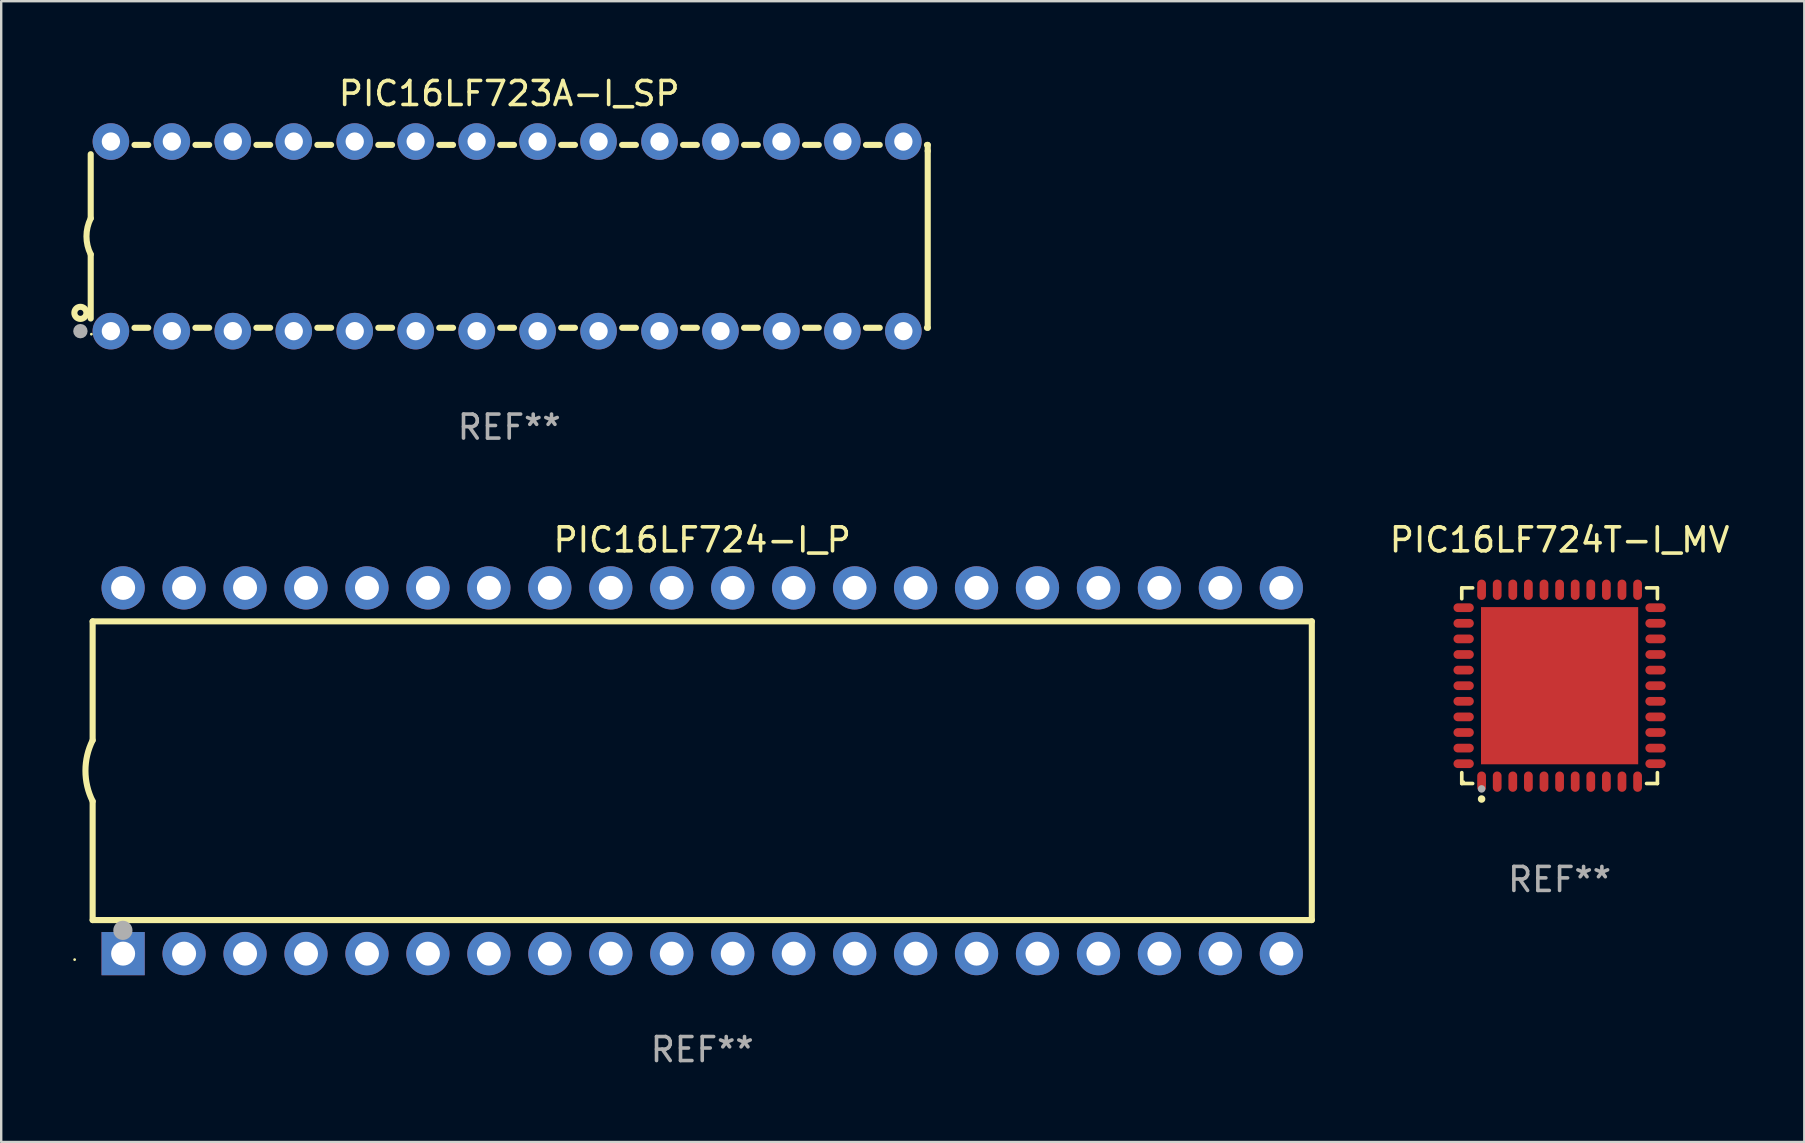
<source format=kicad_pcb>
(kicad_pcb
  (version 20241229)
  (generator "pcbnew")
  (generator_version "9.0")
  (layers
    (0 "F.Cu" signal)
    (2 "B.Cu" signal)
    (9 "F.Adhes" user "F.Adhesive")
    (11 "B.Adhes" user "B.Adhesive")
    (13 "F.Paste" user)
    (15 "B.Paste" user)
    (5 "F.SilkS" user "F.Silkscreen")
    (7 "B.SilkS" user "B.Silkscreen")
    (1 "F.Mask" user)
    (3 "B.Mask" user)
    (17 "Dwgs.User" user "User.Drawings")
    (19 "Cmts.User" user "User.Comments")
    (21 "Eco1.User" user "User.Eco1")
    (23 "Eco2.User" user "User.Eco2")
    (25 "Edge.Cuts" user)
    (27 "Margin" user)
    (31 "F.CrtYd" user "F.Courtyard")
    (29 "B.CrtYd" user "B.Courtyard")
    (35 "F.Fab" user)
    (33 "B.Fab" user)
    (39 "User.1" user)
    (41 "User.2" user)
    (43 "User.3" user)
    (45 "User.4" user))
  (footprint "PIC16LF724-I_P"
    (layer "F.Cu")
    (at 26.21 29.065)
    (property "Reference" "PIC16LF724-I_P" (at 0 -9.62 0) (layer "F.SilkS") (effects (font (size 1 1) (thickness 0.15))))
    (attr through_hole)
    (fp_line (start -25.4 -6.224) (end -25.4 -1.271) (stroke (width 0.254) (type solid)) (layer "F.SilkS"))
    (fp_line (start -25.4 -6.224) (end 25.4 -6.224) (stroke (width 0.254) (type solid)) (layer "F.SilkS"))
    (fp_line (start -25.4 1.269) (end -25.4 6.222) (stroke (width 0.254) (type solid)) (layer "F.SilkS"))
    (fp_line (start -25.4 6.222) (end 25.4 6.222) (stroke (width 0.254) (type solid)) (layer "F.SilkS"))
    (fp_line (start 25.4 6.222) (end 25.4 -6.224) (stroke (width 0.254) (type solid)) (layer "F.SilkS"))
    (fp_arc (start -25.4 1.269241) (mid -25.699807 -0.000762) (end -25.4 -1.270765) (stroke (width 0.254001) (type solid)) (layer "F.SilkS"))
    (fp_circle (center -26.15 7.87) (end -26.12 7.87) (stroke (width 0.06) (type solid)) (fill no) (layer "F.SilkS"))
    (fp_circle (center -24.14 6.65) (end -23.94 6.65) (stroke (width 0.4) (type solid)) (fill no) (layer "F.Fab"))
    (fp_text user "REF**" (at 0 11.62 0) (layer "F.Fab") (effects (font (size 1 1) (thickness 0.15))))
    (pad "1" thru_hole rect (at -24.13 7.62 90) (size 1.8 1.8) (drill 1) (layers "*.Cu" "*.Mask"))
    (pad "2" thru_hole circle (at -21.59 7.62) (size 1.8 1.8) (drill 1) (layers "*.Cu" "*.Mask"))
    (pad "3" thru_hole circle (at -19.05 7.62) (size 1.8 1.8) (drill 1) (layers "*.Cu" "*.Mask"))
    (pad "4" thru_hole circle (at -16.51 7.62) (size 1.8 1.8) (drill 1) (layers "*.Cu" "*.Mask"))
    (pad "5" thru_hole circle (at -13.97 7.62) (size 1.8 1.8) (drill 1) (layers "*.Cu" "*.Mask"))
    (pad "6" thru_hole circle (at -11.43 7.62) (size 1.8 1.8) (drill 1) (layers "*.Cu" "*.Mask"))
    (pad "7" thru_hole circle (at -8.89 7.62) (size 1.8 1.8) (drill 1) (layers "*.Cu" "*.Mask"))
    (pad "8" thru_hole circle (at -6.35 7.62) (size 1.8 1.8) (drill 1) (layers "*.Cu" "*.Mask"))
    (pad "9" thru_hole circle (at -3.81 7.62) (size 1.8 1.8) (drill 1) (layers "*.Cu" "*.Mask"))
    (pad "10" thru_hole circle (at -1.27 7.62) (size 1.8 1.8) (drill 1) (layers "*.Cu" "*.Mask"))
    (pad "11" thru_hole circle (at 1.27 7.62) (size 1.8 1.8) (drill 1) (layers "*.Cu" "*.Mask"))
    (pad "12" thru_hole circle (at 3.81 7.62) (size 1.8 1.8) (drill 1) (layers "*.Cu" "*.Mask"))
    (pad "13" thru_hole circle (at 6.35 7.62) (size 1.8 1.8) (drill 1) (layers "*.Cu" "*.Mask"))
    (pad "14" thru_hole circle (at 8.89 7.62) (size 1.8 1.8) (drill 1) (layers "*.Cu" "*.Mask"))
    (pad "15" thru_hole circle (at 11.43 7.62) (size 1.8 1.8) (drill 1) (layers "*.Cu" "*.Mask"))
    (pad "16" thru_hole circle (at 13.97 7.62) (size 1.8 1.8) (drill 1) (layers "*.Cu" "*.Mask"))
    (pad "17" thru_hole circle (at 16.51 7.62) (size 1.8 1.8) (drill 1) (layers "*.Cu" "*.Mask"))
    (pad "18" thru_hole circle (at 19.05 7.62) (size 1.8 1.8) (drill 1) (layers "*.Cu" "*.Mask"))
    (pad "19" thru_hole circle (at 21.59 7.62) (size 1.8 1.8) (drill 1) (layers "*.Cu" "*.Mask"))
    (pad "20" thru_hole circle (at 24.13 7.62) (size 1.8 1.8) (drill 1) (layers "*.Cu" "*.Mask"))
    (pad "21" thru_hole circle (at 24.13 -7.62) (size 1.8 1.8) (drill 1) (layers "*.Cu" "*.Mask"))
    (pad "22" thru_hole circle (at 21.59 -7.62) (size 1.8 1.8) (drill 1) (layers "*.Cu" "*.Mask"))
    (pad "23" thru_hole circle (at 19.05 -7.62) (size 1.8 1.8) (drill 1) (layers "*.Cu" "*.Mask"))
    (pad "24" thru_hole circle (at 16.51 -7.62) (size 1.8 1.8) (drill 1) (layers "*.Cu" "*.Mask"))
    (pad "25" thru_hole circle (at 13.97 -7.62) (size 1.8 1.8) (drill 1) (layers "*.Cu" "*.Mask"))
    (pad "26" thru_hole circle (at 11.43 -7.62) (size 1.8 1.8) (drill 1) (layers "*.Cu" "*.Mask"))
    (pad "27" thru_hole circle (at 8.89 -7.62) (size 1.8 1.8) (drill 1) (layers "*.Cu" "*.Mask"))
    (pad "28" thru_hole circle (at 6.35 -7.62) (size 1.8 1.8) (drill 1) (layers "*.Cu" "*.Mask"))
    (pad "29" thru_hole circle (at 3.81 -7.62) (size 1.8 1.8) (drill 1) (layers "*.Cu" "*.Mask"))
    (pad "30" thru_hole circle (at 1.27 -7.62) (size 1.8 1.8) (drill 1) (layers "*.Cu" "*.Mask"))
    (pad "31" thru_hole circle (at -1.27 -7.62) (size 1.8 1.8) (drill 1) (layers "*.Cu" "*.Mask"))
    (pad "32" thru_hole circle (at -3.81 -7.62) (size 1.8 1.8) (drill 1) (layers "*.Cu" "*.Mask"))
    (pad "33" thru_hole circle (at -6.35 -7.62) (size 1.8 1.8) (drill 1) (layers "*.Cu" "*.Mask"))
    (pad "34" thru_hole circle (at -8.89 -7.62) (size 1.8 1.8) (drill 1) (layers "*.Cu" "*.Mask"))
    (pad "35" thru_hole circle (at -11.43 -7.62) (size 1.8 1.8) (drill 1) (layers "*.Cu" "*.Mask"))
    (pad "36" thru_hole circle (at -13.97 -7.62) (size 1.8 1.8) (drill 1) (layers "*.Cu" "*.Mask"))
    (pad "37" thru_hole circle (at -16.51 -7.62) (size 1.8 1.8) (drill 1) (layers "*.Cu" "*.Mask"))
    (pad "38" thru_hole circle (at -19.05 -7.62) (size 1.8 1.8) (drill 1) (layers "*.Cu" "*.Mask"))
    (pad "39" thru_hole circle (at -21.59 -7.62) (size 1.8 1.8) (drill 1) (layers "*.Cu" "*.Mask"))
    (pad "40" thru_hole circle (at -24.13 -7.62) (size 1.8 1.8) (drill 1) (layers "*.Cu" "*.Mask")))
  (footprint "PIC16LF723A-I_SP"
    (layer "F.Cu")
    (at 18.168 6.798)
    (property "Reference" "PIC16LF723A-I_SP" (at 0 -5.95 0) (layer "F.SilkS") (effects (font (size 1 1) (thickness 0.15))))
    (attr through_hole)
    (fp_line (start -17.438 0.75) (end -17.438 3.423) (stroke (width 0.254) (type solid)) (layer "F.SilkS"))
    (fp_line (start -17.438 -3.423) (end -17.438 -0.75) (stroke (width 0.254) (type solid)) (layer "F.SilkS"))
    (fp_line (start -15.615 3.81) (end -15.041 3.81) (stroke (width 0.254) (type solid)) (layer "F.SilkS"))
    (fp_line (start -15.041 -3.81) (end -15.614 -3.81) (stroke (width 0.254) (type solid)) (layer "F.SilkS"))
    (fp_line (start -13.075 3.81) (end -12.501 3.81) (stroke (width 0.254) (type solid)) (layer "F.SilkS"))
    (fp_line (start -12.501 -3.81) (end -13.074 -3.81) (stroke (width 0.254) (type solid)) (layer "F.SilkS"))
    (fp_line (start -10.535 3.81) (end -9.961 3.81) (stroke (width 0.254) (type solid)) (layer "F.SilkS"))
    (fp_line (start -9.961 -3.81) (end -10.534 -3.81) (stroke (width 0.254) (type solid)) (layer "F.SilkS"))
    (fp_line (start -7.995 3.81) (end -7.421 3.81) (stroke (width 0.254) (type solid)) (layer "F.SilkS"))
    (fp_line (start -7.421 -3.81) (end -7.995 -3.81) (stroke (width 0.254) (type solid)) (layer "F.SilkS"))
    (fp_line (start -5.455 3.81) (end -4.881 3.81) (stroke (width 0.254) (type solid)) (layer "F.SilkS"))
    (fp_line (start -4.881 -3.81) (end -5.455 -3.81) (stroke (width 0.254) (type solid)) (layer "F.SilkS"))
    (fp_line (start -2.915 3.81) (end -2.341 3.81) (stroke (width 0.254) (type solid)) (layer "F.SilkS"))
    (fp_line (start -2.341 -3.81) (end -2.915 -3.81) (stroke (width 0.254) (type solid)) (layer "F.SilkS"))
    (fp_line (start -0.375 3.81) (end 0.199 3.81) (stroke (width 0.254) (type solid)) (layer "F.SilkS"))
    (fp_line (start 0.199 -3.81) (end -0.375 -3.81) (stroke (width 0.254) (type solid)) (layer "F.SilkS"))
    (fp_line (start 2.165 3.81) (end 2.739 3.81) (stroke (width 0.254) (type solid)) (layer "F.SilkS"))
    (fp_line (start 2.739 -3.81) (end 2.165 -3.81) (stroke (width 0.254) (type solid)) (layer "F.SilkS"))
    (fp_line (start 4.705 3.81) (end 5.279 3.81) (stroke (width 0.254) (type solid)) (layer "F.SilkS"))
    (fp_line (start 5.279 -3.81) (end 4.705 -3.81) (stroke (width 0.254) (type solid)) (layer "F.SilkS"))
    (fp_line (start 7.245 3.81) (end 7.819 3.81) (stroke (width 0.254) (type solid)) (layer "F.SilkS"))
    (fp_line (start 7.819 -3.81) (end 7.245 -3.81) (stroke (width 0.254) (type solid)) (layer "F.SilkS"))
    (fp_line (start 9.785 3.81) (end 10.359 3.81) (stroke (width 0.254) (type solid)) (layer "F.SilkS"))
    (fp_line (start 10.359 -3.81) (end 9.785 -3.81) (stroke (width 0.254) (type solid)) (layer "F.SilkS"))
    (fp_line (start 12.325 3.81) (end 12.899 3.81) (stroke (width 0.254) (type solid)) (layer "F.SilkS"))
    (fp_line (start 12.899 -3.81) (end 12.325 -3.81) (stroke (width 0.254) (type solid)) (layer "F.SilkS"))
    (fp_line (start 14.865 3.81) (end 15.439 3.81) (stroke (width 0.254) (type solid)) (layer "F.SilkS"))
    (fp_line (start 15.439 -3.81) (end 14.865 -3.81) (stroke (width 0.254) (type solid)) (layer "F.SilkS"))
    (fp_line (start 17.405 3.81) (end 17.438 3.81) (stroke (width 0.254) (type solid)) (layer "F.SilkS"))
    (fp_line (start 17.438 -3.81) (end 17.405 -3.81) (stroke (width 0.254) (type solid)) (layer "F.SilkS"))
    (fp_line (start 17.438 -3.556) (end 17.438 -3.81) (stroke (width 0.254) (type solid)) (layer "F.SilkS"))
    (fp_line (start 17.438 3.81) (end 17.438 -3.556) (stroke (width 0.254) (type solid)) (layer "F.SilkS"))
    (fp_arc (start -17.437986 0.749657) (mid -17.614887 -0.000024) (end -17.437783 -0.749657) (stroke (width 0.254001) (type solid)) (layer "F.SilkS"))
    (fp_circle (center -17.868 3.188) (end -17.743 3.188) (stroke (width 0.254) (type solid)) (fill no) (layer "F.SilkS"))
    (fp_circle (center -17.411 4.077) (end -17.381 4.077) (stroke (width 0.06) (type solid)) (fill no) (layer "F.SilkS"))
    (fp_circle (center -17.868 3.95) (end -17.718 3.95) (stroke (width 0.3) (type solid)) (fill no) (layer "F.Fab"))
    (fp_text user "REF**" (at 0 7.95 0) (layer "F.Fab") (effects (font (size 1 1) (thickness 0.15))))
    (pad "1" thru_hole circle (at -16.598 3.95) (size 1.524 1.524) (drill 0.762) (layers "*.Cu" "*.Mask"))
    (pad "2" thru_hole circle (at -14.058 3.95) (size 1.524 1.524) (drill 0.762) (layers "*.Cu" "*.Mask"))
    (pad "3" thru_hole circle (at -11.518 3.95) (size 1.524 1.524) (drill 0.762) (layers "*.Cu" "*.Mask"))
    (pad "4" thru_hole circle (at -8.978 3.95) (size 1.524 1.524) (drill 0.762) (layers "*.Cu" "*.Mask"))
    (pad "5" thru_hole circle (at -6.438 3.95) (size 1.524 1.524) (drill 0.762) (layers "*.Cu" "*.Mask"))
    (pad "6" thru_hole circle (at -3.898 3.95) (size 1.524 1.524) (drill 0.762) (layers "*.Cu" "*.Mask"))
    (pad "7" thru_hole circle (at -1.358 3.95) (size 1.524 1.524) (drill 0.762) (layers "*.Cu" "*.Mask"))
    (pad "8" thru_hole circle (at 1.182 3.95) (size 1.524 1.524) (drill 0.762) (layers "*.Cu" "*.Mask"))
    (pad "9" thru_hole circle (at 3.722 3.95) (size 1.524 1.524) (drill 0.762) (layers "*.Cu" "*.Mask"))
    (pad "10" thru_hole circle (at 6.262 3.95) (size 1.524 1.524) (drill 0.762) (layers "*.Cu" "*.Mask"))
    (pad "11" thru_hole circle (at 8.802 3.95) (size 1.524 1.524) (drill 0.762) (layers "*.Cu" "*.Mask"))
    (pad "12" thru_hole circle (at 11.342 3.95) (size 1.524 1.524) (drill 0.762) (layers "*.Cu" "*.Mask"))
    (pad "13" thru_hole circle (at 13.882 3.95) (size 1.524 1.524) (drill 0.762) (layers "*.Cu" "*.Mask"))
    (pad "14" thru_hole circle (at 16.422 3.95) (size 1.524 1.524) (drill 0.762) (layers "*.Cu" "*.Mask"))
    (pad "15" thru_hole circle (at 16.422 -3.95) (size 1.524 1.524) (drill 0.762) (layers "*.Cu" "*.Mask"))
    (pad "16" thru_hole circle (at 13.882 -3.95) (size 1.524 1.524) (drill 0.762) (layers "*.Cu" "*.Mask"))
    (pad "17" thru_hole circle (at 11.342 -3.95) (size 1.524 1.524) (drill 0.762) (layers "*.Cu" "*.Mask"))
    (pad "18" thru_hole circle (at 8.802 -3.95) (size 1.524 1.524) (drill 0.762) (layers "*.Cu" "*.Mask"))
    (pad "19" thru_hole circle (at 6.262 -3.95) (size 1.524 1.524) (drill 0.762) (layers "*.Cu" "*.Mask"))
    (pad "20" thru_hole circle (at 3.722 -3.95) (size 1.524 1.524) (drill 0.762) (layers "*.Cu" "*.Mask"))
    (pad "21" thru_hole circle (at 1.182 -3.95) (size 1.524 1.524) (drill 0.762) (layers "*.Cu" "*.Mask"))
    (pad "22" thru_hole circle (at -1.358 -3.95) (size 1.524 1.524) (drill 0.762) (layers "*.Cu" "*.Mask"))
    (pad "23" thru_hole circle (at -3.898 -3.95) (size 1.524 1.524) (drill 0.762) (layers "*.Cu" "*.Mask"))
    (pad "24" thru_hole circle (at -6.438 -3.95) (size 1.524 1.524) (drill 0.762) (layers "*.Cu" "*.Mask"))
    (pad "25" thru_hole circle (at -8.978 -3.95) (size 1.524 1.524) (drill 0.762) (layers "*.Cu" "*.Mask"))
    (pad "26" thru_hole circle (at -11.517 -3.95) (size 1.524 1.524) (drill 0.762) (layers "*.Cu" "*.Mask"))
    (pad "27" thru_hole circle (at -14.057 -3.95) (size 1.524 1.524) (drill 0.762) (layers "*.Cu" "*.Mask"))
    (pad "28" thru_hole circle (at -16.597 -3.95) (size 1.524 1.524) (drill 0.762) (layers "*.Cu" "*.Mask")))
  (footprint "PIC16LF724T-I_MV"
    (layer "F.Cu")
    (at 61.934 25.521)
    (property "Reference" "PIC16LF724T-I_MV" (at 0 -6.076 0) (layer "F.SilkS") (effects (font (size 1 1) (thickness 0.15))))
    (attr through_hole)
    (fp_line (start -4.076 -4.076) (end -3.623 -4.076) (stroke (width 0.152) (type solid)) (layer "F.SilkS"))
    (fp_line (start -4.076 -3.623) (end -4.076 -4.076) (stroke (width 0.152) (type solid)) (layer "F.SilkS"))
    (fp_line (start -4.076 3.623) (end -4.076 4.076) (stroke (width 0.152) (type solid)) (layer "F.SilkS"))
    (fp_line (start -4.076 4.076) (end -3.623 4.076) (stroke (width 0.152) (type solid)) (layer "F.SilkS"))
    (fp_line (start 4.076 -4.076) (end 3.623 -4.076) (stroke (width 0.152) (type solid)) (layer "F.SilkS"))
    (fp_line (start 4.076 -3.623) (end 4.076 -4.076) (stroke (width 0.152) (type solid)) (layer "F.SilkS"))
    (fp_line (start 4.076 3.623) (end 4.076 4.076) (stroke (width 0.152) (type solid)) (layer "F.SilkS"))
    (fp_line (start 4.076 4.076) (end 3.623 4.076) (stroke (width 0.152) (type solid)) (layer "F.SilkS"))
    (fp_circle (center -4 4) (end -3.97 4) (stroke (width 0.06) (type solid)) (fill no) (layer "F.SilkS"))
    (fp_circle (center -3.25 4.722) (end -3.171 4.722) (stroke (width 0.158) (type solid)) (fill no) (layer "F.SilkS"))
    (fp_circle (center -3.25 4.3) (end -3.171 4.3) (stroke (width 0.158) (type solid)) (fill no) (layer "F.Fab"))
    (fp_text user "REF**" (at 0 8.076 0) (layer "F.Fab") (effects (font (size 1 1) (thickness 0.15))))
    (pad "1" smd oval (at -3.25 3.998) (size 0.364 0.847) (layers "F.Cu" "F.Mask" "F.Paste"))
    (pad "2" smd oval (at -2.6 3.998) (size 0.364 0.847) (layers "F.Cu" "F.Mask" "F.Paste"))
    (pad "3" smd oval (at -1.95 3.998) (size 0.364 0.847) (layers "F.Cu" "F.Mask" "F.Paste"))
    (pad "4" smd oval (at -1.3 3.998) (size 0.364 0.847) (layers "F.Cu" "F.Mask" "F.Paste"))
    (pad "5" smd oval (at -0.65 3.998) (size 0.364 0.847) (layers "F.Cu" "F.Mask" "F.Paste"))
    (pad "6" smd oval (at 0 3.998) (size 0.364 0.847) (layers "F.Cu" "F.Mask" "F.Paste"))
    (pad "7" smd oval (at 0.65 3.998) (size 0.364 0.847) (layers "F.Cu" "F.Mask" "F.Paste"))
    (pad "8" smd oval (at 1.3 3.998) (size 0.364 0.847) (layers "F.Cu" "F.Mask" "F.Paste"))
    (pad "9" smd oval (at 1.95 3.998) (size 0.364 0.847) (layers "F.Cu" "F.Mask" "F.Paste"))
    (pad "10" smd oval (at 2.6 3.998) (size 0.364 0.847) (layers "F.Cu" "F.Mask" "F.Paste"))
    (pad "11" smd oval (at 3.25 3.998) (size 0.364 0.847) (layers "F.Cu" "F.Mask" "F.Paste"))
    (pad "12" smd oval (at 3.998 3.25) (size 0.847 0.364) (layers "F.Cu" "F.Mask" "F.Paste"))
    (pad "13" smd oval (at 3.998 2.6) (size 0.847 0.364) (layers "F.Cu" "F.Mask" "F.Paste"))
    (pad "14" smd oval (at 3.998 1.95) (size 0.847 0.364) (layers "F.Cu" "F.Mask" "F.Paste"))
    (pad "15" smd oval (at 3.998 1.3) (size 0.847 0.364) (layers "F.Cu" "F.Mask" "F.Paste"))
    (pad "16" smd oval (at 3.998 0.65) (size 0.847 0.364) (layers "F.Cu" "F.Mask" "F.Paste"))
    (pad "17" smd oval (at 3.998 0) (size 0.847 0.364) (layers "F.Cu" "F.Mask" "F.Paste"))
    (pad "18" smd oval (at 3.998 -0.65) (size 0.847 0.364) (layers "F.Cu" "F.Mask" "F.Paste"))
    (pad "19" smd oval (at 3.998 -1.3) (size 0.847 0.364) (layers "F.Cu" "F.Mask" "F.Paste"))
    (pad "20" smd oval (at 3.998 -1.95) (size 0.847 0.364) (layers "F.Cu" "F.Mask" "F.Paste"))
    (pad "21" smd oval (at 3.998 -2.6) (size 0.847 0.364) (layers "F.Cu" "F.Mask" "F.Paste"))
    (pad "22" smd oval (at 3.998 -3.25) (size 0.847 0.364) (layers "F.Cu" "F.Mask" "F.Paste"))
    (pad "23" smd oval (at 3.25 -3.998) (size 0.364 0.847) (layers "F.Cu" "F.Mask" "F.Paste"))
    (pad "24" smd oval (at 2.6 -3.998) (size 0.364 0.847) (layers "F.Cu" "F.Mask" "F.Paste"))
    (pad "25" smd oval (at 1.95 -3.998) (size 0.364 0.847) (layers "F.Cu" "F.Mask" "F.Paste"))
    (pad "26" smd oval (at 1.3 -3.998) (size 0.364 0.847) (layers "F.Cu" "F.Mask" "F.Paste"))
    (pad "27" smd oval (at 0.65 -3.998) (size 0.364 0.847) (layers "F.Cu" "F.Mask" "F.Paste"))
    (pad "28" smd oval (at 0 -3.998) (size 0.364 0.847) (layers "F.Cu" "F.Mask" "F.Paste"))
    (pad "29" smd oval (at -0.65 -3.998) (size 0.364 0.847) (layers "F.Cu" "F.Mask" "F.Paste"))
    (pad "30" smd oval (at -1.3 -3.998) (size 0.364 0.847) (layers "F.Cu" "F.Mask" "F.Paste"))
    (pad "31" smd oval (at -1.95 -3.998) (size 0.364 0.847) (layers "F.Cu" "F.Mask" "F.Paste"))
    (pad "32" smd oval (at -2.6 -3.998) (size 0.364 0.847) (layers "F.Cu" "F.Mask" "F.Paste"))
    (pad "33" smd oval (at -3.25 -3.998) (size 0.364 0.847) (layers "F.Cu" "F.Mask" "F.Paste"))
    (pad "34" smd oval (at -3.998 -3.25) (size 0.847 0.364) (layers "F.Cu" "F.Mask" "F.Paste"))
    (pad "35" smd oval (at -3.998 -2.6) (size 0.847 0.364) (layers "F.Cu" "F.Mask" "F.Paste"))
    (pad "36" smd oval (at -3.998 -1.95) (size 0.847 0.364) (layers "F.Cu" "F.Mask" "F.Paste"))
    (pad "37" smd oval (at -3.998 -1.3) (size 0.847 0.364) (layers "F.Cu" "F.Mask" "F.Paste"))
    (pad "38" smd oval (at -3.998 -0.65) (size 0.847 0.364) (layers "F.Cu" "F.Mask" "F.Paste"))
    (pad "39" smd oval (at -3.998 0) (size 0.847 0.364) (layers "F.Cu" "F.Mask" "F.Paste"))
    (pad "40" smd oval (at -3.998 0.65) (size 0.847 0.364) (layers "F.Cu" "F.Mask" "F.Paste"))
    (pad "41" smd oval (at -3.998 1.3) (size 0.847 0.364) (layers "F.Cu" "F.Mask" "F.Paste"))
    (pad "42" smd oval (at -3.998 1.95) (size 0.847 0.364) (layers "F.Cu" "F.Mask" "F.Paste"))
    (pad "43" smd oval (at -3.998 2.6) (size 0.847 0.364) (layers "F.Cu" "F.Mask" "F.Paste"))
    (pad "44" smd oval (at -3.998 3.25) (size 0.847 0.364) (layers "F.Cu" "F.Mask" "F.Paste"))
    (pad "45" smd rect (at 0 0) (size 6.55 6.55) (layers "F.Cu" "F.Mask" "F.Paste")))
  (gr_rect
    (start -3 -3)
    (end 72.13 44.533)
    (stroke (width 0.1) (type default))
    (fill no)
    (layer "Edge.Cuts")))
</source>
